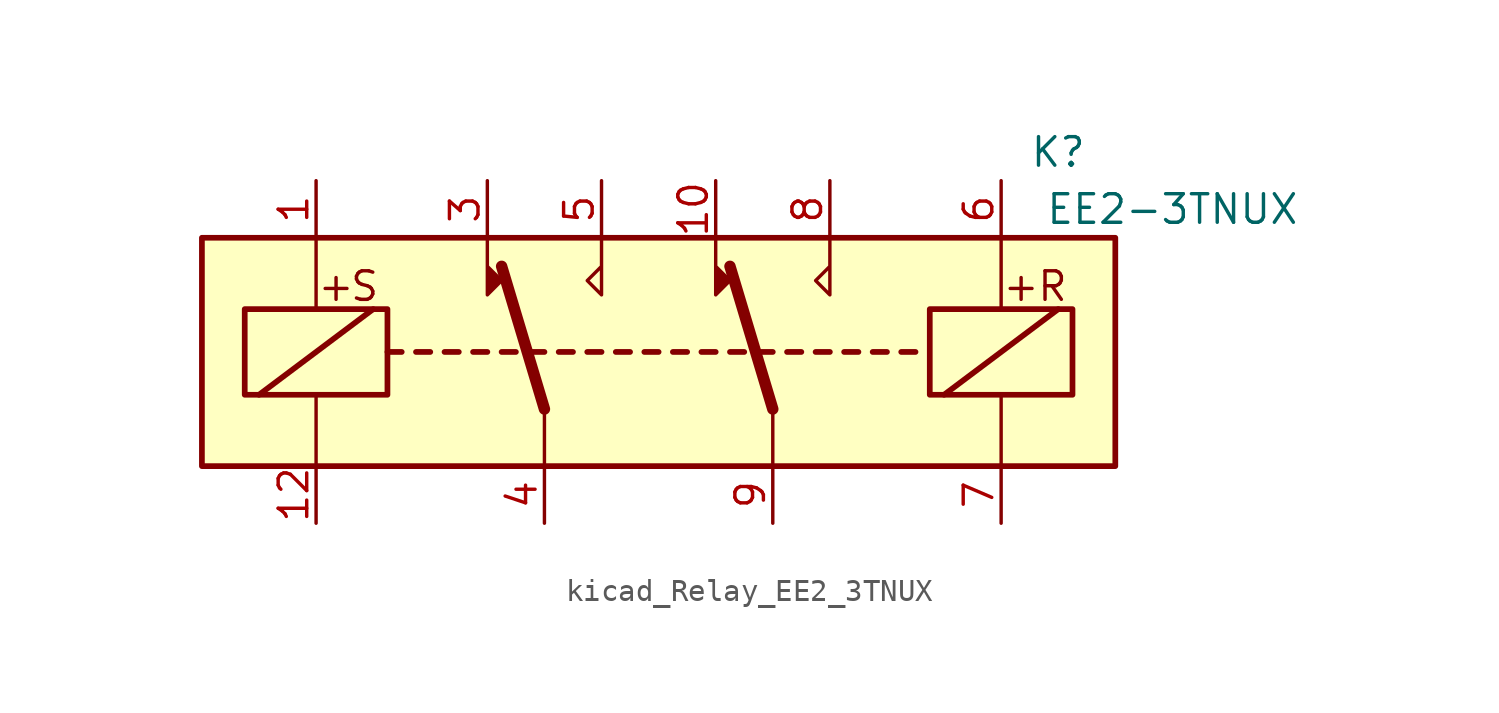
<source format=kicad_sym>
(kicad_symbol_lib
  (version 20220914)
  (generator kicad_symbol_editor)
  (symbol "kicad_Relay_EE2_3TNUX"
    (property "Reference" "K"
      (at 17.78 8.89 0)
      (effects (font (size 1.27 1.27))))
    (property "Value" "EE2-3TNUX"
      (at 22.86 6.35 0)
      (effects (font (size 1.27 1.27))))
    (symbol "kicad_Relay_EE2_3TNUX_1_1"
      (rectangle (start -20.32 5.08) (end 20.32 -5.08) (stroke (width 0.254) (type default)) (fill (type background)))
      (rectangle (start -18.415 1.905) (end -12.065 -1.905) (stroke (width 0.254) (type default)) (fill (type none)))
      (polyline (pts (xy -17.78 -1.905) (xy -12.7 1.905)) (stroke (width 0.254) (type default)) (fill (type none)))
      (polyline (pts (xy -15.24 -5.08) (xy -15.24 -1.905)) (stroke (width 0) (type default)) (fill (type none)))
      (polyline (pts (xy -15.24 5.08) (xy -15.24 1.905)) (stroke (width 0) (type default)) (fill (type none)))
      (polyline (pts (xy -12.065 0) (xy -11.43 0)) (stroke (width 0.254) (type default)) (fill (type none)))
      (polyline (pts (xy -10.795 0) (xy -10.16 0)) (stroke (width 0.254) (type default)) (fill (type none)))
      (polyline (pts (xy -9.525 0) (xy -8.89 0)) (stroke (width 0.254) (type default)) (fill (type none)))
      (polyline (pts (xy -8.255 0) (xy -7.62 0)) (stroke (width 0.254) (type default)) (fill (type none)))
      (polyline (pts (xy -6.985 0) (xy -6.35 0)) (stroke (width 0.254) (type default)) (fill (type none)))
      (polyline (pts (xy -5.715 0) (xy -5.08 0)) (stroke (width 0.254) (type default)) (fill (type none)))
      (polyline (pts (xy -5.08 -2.54) (xy -6.985 3.81)) (stroke (width 0.508) (type default)) (fill (type none)))
      (polyline (pts (xy -5.08 -2.54) (xy -5.08 -5.08)) (stroke (width 0) (type default)) (fill (type none)))
      (polyline (pts (xy -4.445 0) (xy -3.81 0)) (stroke (width 0.254) (type default)) (fill (type none)))
      (polyline (pts (xy -3.175 0) (xy -2.54 0)) (stroke (width 0.254) (type default)) (fill (type none)))
      (polyline (pts (xy -1.905 0) (xy -1.27 0)) (stroke (width 0.254) (type default)) (fill (type none)))
      (polyline (pts (xy -0.635 0) (xy 0 0)) (stroke (width 0.254) (type default)) (fill (type none)))
      (polyline (pts (xy 0.635 0) (xy 1.27 0)) (stroke (width 0.254) (type default)) (fill (type none)))
      (polyline (pts (xy 1.905 0) (xy 2.54 0)) (stroke (width 0.254) (type default)) (fill (type none)))
      (polyline (pts (xy 3.175 0) (xy 3.81 0)) (stroke (width 0.254) (type default)) (fill (type none)))
      (polyline (pts (xy 4.445 0) (xy 5.08 0)) (stroke (width 0.254) (type default)) (fill (type none)))
      (polyline (pts (xy 5.08 -2.54) (xy 3.175 3.81)) (stroke (width 0.508) (type default)) (fill (type none)))
      (polyline (pts (xy 5.08 -2.54) (xy 5.08 -5.08)) (stroke (width 0) (type default)) (fill (type none)))
      (polyline (pts (xy 5.715 0) (xy 6.35 0)) (stroke (width 0.254) (type default)) (fill (type none)))
      (polyline (pts (xy 6.985 0) (xy 7.62 0)) (stroke (width 0.254) (type default)) (fill (type none)))
      (polyline (pts (xy 8.255 0) (xy 8.89 0)) (stroke (width 0.254) (type default)) (fill (type none)))
      (polyline (pts (xy 9.525 0) (xy 10.16 0)) (stroke (width 0.254) (type default)) (fill (type none)))
      (polyline (pts (xy 10.795 0) (xy 11.43 0)) (stroke (width 0.254) (type default)) (fill (type none)))
      (polyline (pts (xy 12.7 -1.905) (xy 17.78 1.905)) (stroke (width 0.254) (type default)) (fill (type none)))
      (polyline (pts (xy 15.24 -5.08) (xy 15.24 -1.905)) (stroke (width 0) (type default)) (fill (type none)))
      (polyline (pts (xy 15.24 5.08) (xy 15.24 1.905)) (stroke (width 0) (type default)) (fill (type none)))
      (polyline (pts (xy -7.62 5.08) (xy -7.62 2.54) (xy -6.985 3.175) (xy -7.62 3.81)) (stroke (width 0) (type default)) (fill (type outline)))
      (polyline (pts (xy -2.54 5.08) (xy -2.54 2.54) (xy -3.175 3.175) (xy -2.54 3.81)) (stroke (width 0) (type default)) (fill (type none)))
      (polyline (pts (xy 2.54 5.08) (xy 2.54 2.54) (xy 3.175 3.175) (xy 2.54 3.81)) (stroke (width 0) (type default)) (fill (type outline)))
      (polyline (pts (xy 7.62 5.08) (xy 7.62 2.54) (xy 6.985 3.175) (xy 7.62 3.81)) (stroke (width 0) (type default)) (fill (type none)))
      (rectangle (start 12.065 1.905) (end 18.415 -1.905) (stroke (width 0.254) (type default)) (fill (type none)))
      (text "+" (at -14.351 2.921 0) (effects (font (size 1.27 1.27))))
      (text "+" (at 16.129 2.921 0) (effects (font (size 1.27 1.27))))
      (text "R" (at 17.526 2.921 0) (effects (font (size 1.27 1.27))))
      (text "S" (at -13.081 2.921 0) (effects (font (size 1.27 1.27))))
      (pin passive line (at -15.24 7.62 270) (length 2.54) (name "~" (effects (font (size 1.27 1.27)))) (number "1" (effects (font (size 1.27 1.27)))))
      (pin passive line (at 2.54 7.62 270) (length 2.54) (name "~" (effects (font (size 1.27 1.27)))) (number "10" (effects (font (size 1.27 1.27)))))
      (pin passive line (at -15.24 -7.62 90) (length 2.54) (name "~" (effects (font (size 1.27 1.27)))) (number "12" (effects (font (size 1.27 1.27)))))
      (pin passive line (at -7.62 7.62 270) (length 2.54) (name "~" (effects (font (size 1.27 1.27)))) (number "3" (effects (font (size 1.27 1.27)))))
      (pin passive line (at -5.08 -7.62 90) (length 2.54) (name "~" (effects (font (size 1.27 1.27)))) (number "4" (effects (font (size 1.27 1.27)))))
      (pin passive line (at -2.54 7.62 270) (length 2.54) (name "~" (effects (font (size 1.27 1.27)))) (number "5" (effects (font (size 1.27 1.27)))))
      (pin passive line (at 15.24 7.62 270) (length 2.54) (name "~" (effects (font (size 1.27 1.27)))) (number "6" (effects (font (size 1.27 1.27)))))
      (pin passive line (at 15.24 -7.62 90) (length 2.54) (name "~" (effects (font (size 1.27 1.27)))) (number "7" (effects (font (size 1.27 1.27)))))
      (pin passive line (at 7.62 7.62 270) (length 2.54) (name "~" (effects (font (size 1.27 1.27)))) (number "8" (effects (font (size 1.27 1.27)))))
      (pin passive line (at 5.08 -7.62 90) (length 2.54) (name "~" (effects (font (size 1.27 1.27)))) (number "9" (effects (font (size 1.27 1.27))))))))
</source>
